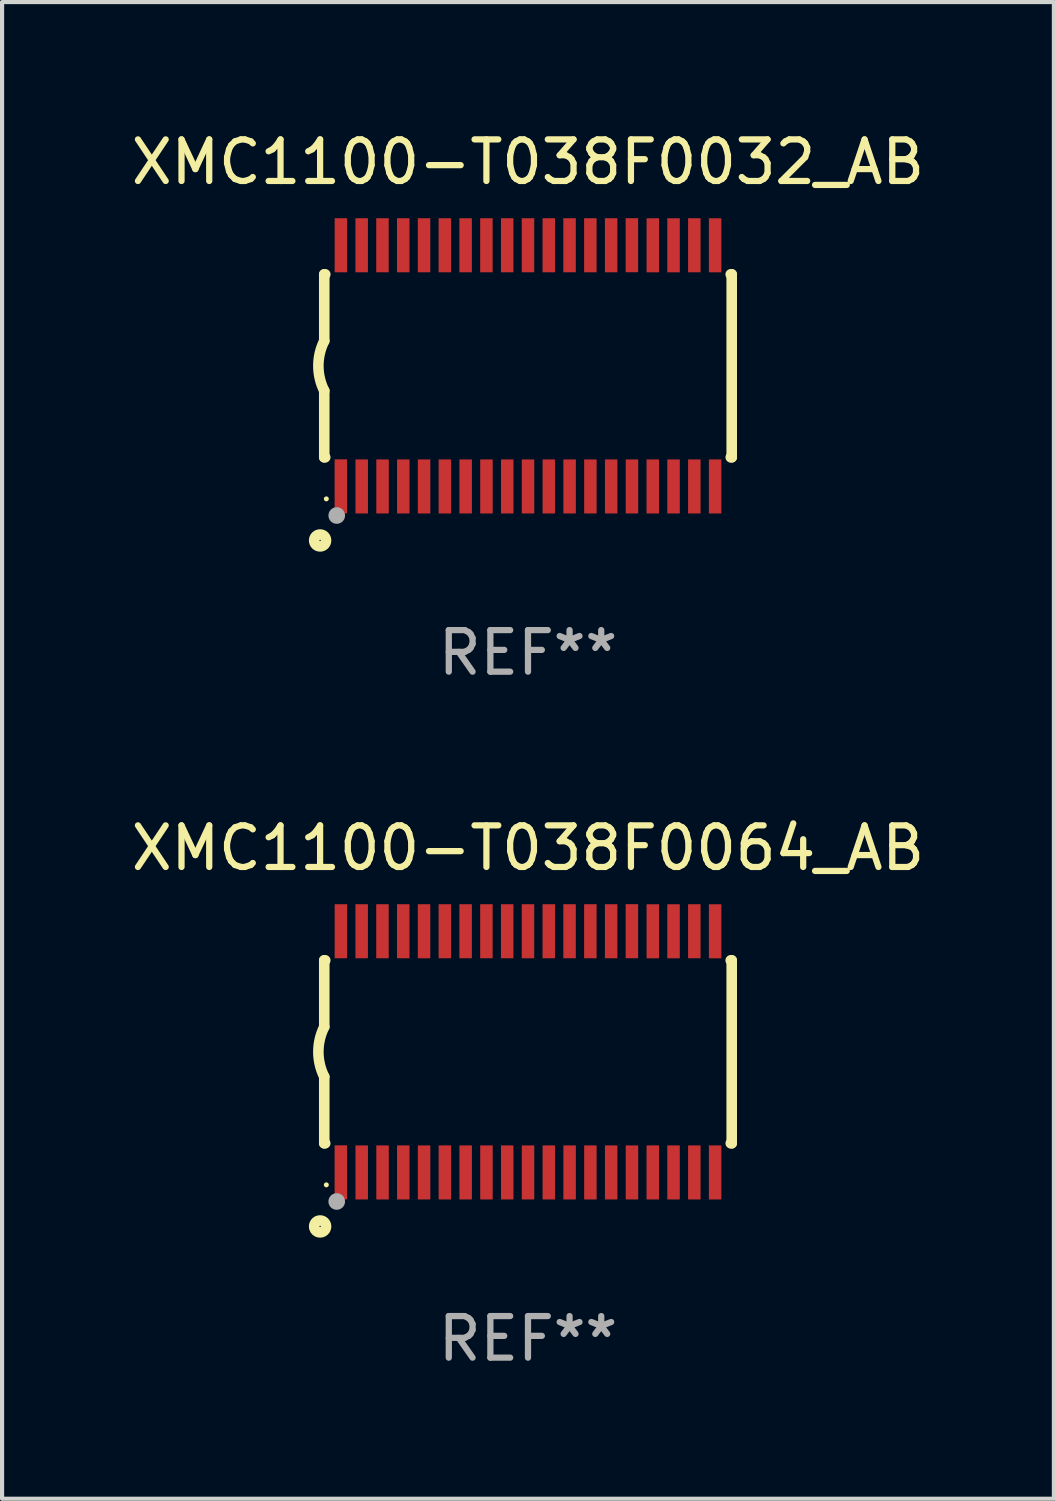
<source format=kicad_pcb>
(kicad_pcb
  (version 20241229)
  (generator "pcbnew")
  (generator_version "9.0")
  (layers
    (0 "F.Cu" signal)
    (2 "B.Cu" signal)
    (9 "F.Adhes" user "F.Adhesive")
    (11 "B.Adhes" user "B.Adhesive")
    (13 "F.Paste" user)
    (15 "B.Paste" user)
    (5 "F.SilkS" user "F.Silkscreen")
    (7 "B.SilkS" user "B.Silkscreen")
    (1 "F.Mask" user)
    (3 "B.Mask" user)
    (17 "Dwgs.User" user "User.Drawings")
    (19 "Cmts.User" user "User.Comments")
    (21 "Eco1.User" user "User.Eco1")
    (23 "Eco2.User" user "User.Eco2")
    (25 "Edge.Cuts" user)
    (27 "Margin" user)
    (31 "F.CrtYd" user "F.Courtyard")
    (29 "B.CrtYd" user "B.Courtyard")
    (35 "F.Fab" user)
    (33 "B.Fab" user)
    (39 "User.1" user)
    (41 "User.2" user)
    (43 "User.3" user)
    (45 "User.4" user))
  (footprint "XMC1100-T038F0064_AB"
    (layer "F.Cu")
    (at 9.649 22.248)
    (property "Reference" "XMC1100-T038F0064_AB" (at 0 -4.901 0) (layer "F.SilkS") (effects (font (size 1 1) (thickness 0.15))))
    (attr through_hole)
    (fp_line (start -4.9 -2.2) (end -4.9 -0.6) (stroke (width 0.254) (type solid)) (layer "F.SilkS"))
    (fp_line (start -4.9 -2.2) (end -4.876 -2.2) (stroke (width 0.254) (type solid)) (layer "F.SilkS"))
    (fp_line (start -4.9 2.2) (end -4.9 0.6) (stroke (width 0.254) (type solid)) (layer "F.SilkS"))
    (fp_line (start -4.9 2.2) (end -4.877 2.2) (stroke (width 0.254) (type solid)) (layer "F.SilkS"))
    (fp_line (start 4.876 -2.2) (end 4.9 -2.2) (stroke (width 0.254) (type solid)) (layer "F.SilkS"))
    (fp_line (start 4.877 2.2) (end 4.9 2.2) (stroke (width 0.254) (type solid)) (layer "F.SilkS"))
    (fp_line (start 4.9 -2.2) (end 4.9 2.2) (stroke (width 0.254) (type solid)) (layer "F.SilkS"))
    (fp_arc (start -4.900051 0.599822) (mid -5.041652 -0.000095) (end -4.9 -0.6) (stroke (width 0.254001) (type solid)) (layer "F.SilkS"))
    (fp_circle (center -5 4.2) (end -4.857 4.2) (stroke (width 0.254) (type solid)) (fill no) (layer "F.SilkS"))
    (fp_circle (center -4.85 3.2) (end -4.82 3.2) (stroke (width 0.06) (type solid)) (fill no) (layer "F.SilkS"))
    (fp_circle (center -4.6 3.6) (end -4.5 3.6) (stroke (width 0.2) (type solid)) (fill no) (layer "F.Fab"))
    (fp_text user "REF**" (at 0 6.901 0) (layer "F.Fab") (effects (font (size 1 1) (thickness 0.15))))
    (pad "1" smd rect (at -4.501 2.899 90) (size 1.3 0.3) (layers "F.Cu" "F.Mask" "F.Paste"))
    (pad "2" smd rect (at -3.999 2.901 90) (size 1.3 0.3) (layers "F.Cu" "F.Mask" "F.Paste"))
    (pad "3" smd rect (at -3.498 2.901 90) (size 1.3 0.3) (layers "F.Cu" "F.Mask" "F.Paste"))
    (pad "4" smd rect (at -2.999 2.901 90) (size 1.3 0.3) (layers "F.Cu" "F.Mask" "F.Paste"))
    (pad "5" smd rect (at -2.499 2.901 90) (size 1.3 0.3) (layers "F.Cu" "F.Mask" "F.Paste"))
    (pad "6" smd rect (at -1.999 2.901 90) (size 1.3 0.3) (layers "F.Cu" "F.Mask" "F.Paste"))
    (pad "7" smd rect (at -1.499 2.901 90) (size 1.3 0.3) (layers "F.Cu" "F.Mask" "F.Paste"))
    (pad "8" smd rect (at -0.999 2.901 90) (size 1.3 0.3) (layers "F.Cu" "F.Mask" "F.Paste"))
    (pad "9" smd rect (at -0.499 2.901 90) (size 1.3 0.3) (layers "F.Cu" "F.Mask" "F.Paste"))
    (pad "10" smd rect (at 0.001 2.901 90) (size 1.3 0.3) (layers "F.Cu" "F.Mask" "F.Paste"))
    (pad "11" smd rect (at 0.501 2.901 90) (size 1.3 0.3) (layers "F.Cu" "F.Mask" "F.Paste"))
    (pad "12" smd rect (at 1.001 2.901 90) (size 1.3 0.3) (layers "F.Cu" "F.Mask" "F.Paste"))
    (pad "13" smd rect (at 1.501 2.901 90) (size 1.3 0.3) (layers "F.Cu" "F.Mask" "F.Paste"))
    (pad "14" smd rect (at 2.001 2.901 90) (size 1.3 0.3) (layers "F.Cu" "F.Mask" "F.Paste"))
    (pad "15" smd rect (at 2.501 2.901 90) (size 1.3 0.3) (layers "F.Cu" "F.Mask" "F.Paste"))
    (pad "16" smd rect (at 3.001 2.901 90) (size 1.3 0.3) (layers "F.Cu" "F.Mask" "F.Paste"))
    (pad "17" smd rect (at 3.501 2.901 90) (size 1.3 0.3) (layers "F.Cu" "F.Mask" "F.Paste"))
    (pad "18" smd rect (at 4.001 2.901 90) (size 1.3 0.3) (layers "F.Cu" "F.Mask" "F.Paste"))
    (pad "19" smd rect (at 4.501 2.901 90) (size 1.3 0.3) (layers "F.Cu" "F.Mask" "F.Paste"))
    (pad "20" smd rect (at 4.501 -2.899 90) (size 1.3 0.3) (layers "F.Cu" "F.Mask" "F.Paste"))
    (pad "21" smd rect (at 4.001 -2.9 90) (size 1.3 0.3) (layers "F.Cu" "F.Mask" "F.Paste"))
    (pad "22" smd rect (at 3.501 -2.899 90) (size 1.3 0.3) (layers "F.Cu" "F.Mask" "F.Paste"))
    (pad "23" smd rect (at 3.002 -2.899 90) (size 1.3 0.3) (layers "F.Cu" "F.Mask" "F.Paste"))
    (pad "24" smd rect (at 2.499 -2.901 90) (size 1.3 0.3) (layers "F.Cu" "F.Mask" "F.Paste"))
    (pad "25" smd rect (at 2 -2.9 90) (size 1.3 0.3) (layers "F.Cu" "F.Mask" "F.Paste"))
    (pad "26" smd rect (at 1.5 -2.9 90) (size 1.3 0.3) (layers "F.Cu" "F.Mask" "F.Paste"))
    (pad "27" smd rect (at 1 -2.9 90) (size 1.3 0.3) (layers "F.Cu" "F.Mask" "F.Paste"))
    (pad "28" smd rect (at 0.5 -2.9 90) (size 1.3 0.3) (layers "F.Cu" "F.Mask" "F.Paste"))
    (pad "29" smd rect (at 0.000127 -2.9 90) (size 1.3 0.3) (layers "F.Cu" "F.Mask" "F.Paste"))
    (pad "30" smd rect (at -0.5 -2.9 90) (size 1.3 0.3) (layers "F.Cu" "F.Mask" "F.Paste"))
    (pad "31" smd rect (at -1 -2.9 90) (size 1.3 0.3) (layers "F.Cu" "F.Mask" "F.Paste"))
    (pad "32" smd rect (at -1.5 -2.9 90) (size 1.3 0.3) (layers "F.Cu" "F.Mask" "F.Paste"))
    (pad "33" smd rect (at -2 -2.9 90) (size 1.3 0.3) (layers "F.Cu" "F.Mask" "F.Paste"))
    (pad "34" smd rect (at -2.5 -2.9 90) (size 1.3 0.3) (layers "F.Cu" "F.Mask" "F.Paste"))
    (pad "35" smd rect (at -3 -2.9 90) (size 1.3 0.3) (layers "F.Cu" "F.Mask" "F.Paste"))
    (pad "36" smd rect (at -3.5 -2.9 90) (size 1.3 0.3) (layers "F.Cu" "F.Mask" "F.Paste"))
    (pad "37" smd rect (at -4 -2.9 90) (size 1.3 0.3) (layers "F.Cu" "F.Mask" "F.Paste"))
    (pad "38" smd rect (at -4.5 -2.9 90) (size 1.3 0.3) (layers "F.Cu" "F.Mask" "F.Paste")))
  (footprint "XMC1100-T038F0032_AB"
    (layer "F.Cu")
    (at 9.649 5.749)
    (property "Reference" "XMC1100-T038F0032_AB" (at 0 -4.901 0) (layer "F.SilkS") (effects (font (size 1 1) (thickness 0.15))))
    (attr through_hole)
    (fp_line (start -4.9 -2.2) (end -4.9 -0.6) (stroke (width 0.254) (type solid)) (layer "F.SilkS"))
    (fp_line (start -4.9 -2.2) (end -4.876 -2.2) (stroke (width 0.254) (type solid)) (layer "F.SilkS"))
    (fp_line (start -4.9 2.2) (end -4.9 0.6) (stroke (width 0.254) (type solid)) (layer "F.SilkS"))
    (fp_line (start -4.9 2.2) (end -4.877 2.2) (stroke (width 0.254) (type solid)) (layer "F.SilkS"))
    (fp_line (start 4.876 -2.2) (end 4.9 -2.2) (stroke (width 0.254) (type solid)) (layer "F.SilkS"))
    (fp_line (start 4.877 2.2) (end 4.9 2.2) (stroke (width 0.254) (type solid)) (layer "F.SilkS"))
    (fp_line (start 4.9 -2.2) (end 4.9 2.2) (stroke (width 0.254) (type solid)) (layer "F.SilkS"))
    (fp_arc (start -4.900051 0.599822) (mid -5.041652 -0.000095) (end -4.9 -0.6) (stroke (width 0.254001) (type solid)) (layer "F.SilkS"))
    (fp_circle (center -5 4.2) (end -4.857 4.2) (stroke (width 0.254) (type solid)) (fill no) (layer "F.SilkS"))
    (fp_circle (center -4.85 3.2) (end -4.82 3.2) (stroke (width 0.06) (type solid)) (fill no) (layer "F.SilkS"))
    (fp_circle (center -4.6 3.6) (end -4.5 3.6) (stroke (width 0.2) (type solid)) (fill no) (layer "F.Fab"))
    (fp_text user "REF**" (at 0 6.901 0) (layer "F.Fab") (effects (font (size 1 1) (thickness 0.15))))
    (pad "1" smd rect (at -4.501 2.899 90) (size 1.3 0.3) (layers "F.Cu" "F.Mask" "F.Paste"))
    (pad "2" smd rect (at -3.999 2.901 90) (size 1.3 0.3) (layers "F.Cu" "F.Mask" "F.Paste"))
    (pad "3" smd rect (at -3.498 2.901 90) (size 1.3 0.3) (layers "F.Cu" "F.Mask" "F.Paste"))
    (pad "4" smd rect (at -2.999 2.901 90) (size 1.3 0.3) (layers "F.Cu" "F.Mask" "F.Paste"))
    (pad "5" smd rect (at -2.499 2.901 90) (size 1.3 0.3) (layers "F.Cu" "F.Mask" "F.Paste"))
    (pad "6" smd rect (at -1.999 2.901 90) (size 1.3 0.3) (layers "F.Cu" "F.Mask" "F.Paste"))
    (pad "7" smd rect (at -1.499 2.901 90) (size 1.3 0.3) (layers "F.Cu" "F.Mask" "F.Paste"))
    (pad "8" smd rect (at -0.999 2.901 90) (size 1.3 0.3) (layers "F.Cu" "F.Mask" "F.Paste"))
    (pad "9" smd rect (at -0.499 2.901 90) (size 1.3 0.3) (layers "F.Cu" "F.Mask" "F.Paste"))
    (pad "10" smd rect (at 0.001 2.901 90) (size 1.3 0.3) (layers "F.Cu" "F.Mask" "F.Paste"))
    (pad "11" smd rect (at 0.501 2.901 90) (size 1.3 0.3) (layers "F.Cu" "F.Mask" "F.Paste"))
    (pad "12" smd rect (at 1.001 2.901 90) (size 1.3 0.3) (layers "F.Cu" "F.Mask" "F.Paste"))
    (pad "13" smd rect (at 1.501 2.901 90) (size 1.3 0.3) (layers "F.Cu" "F.Mask" "F.Paste"))
    (pad "14" smd rect (at 2.001 2.901 90) (size 1.3 0.3) (layers "F.Cu" "F.Mask" "F.Paste"))
    (pad "15" smd rect (at 2.501 2.901 90) (size 1.3 0.3) (layers "F.Cu" "F.Mask" "F.Paste"))
    (pad "16" smd rect (at 3.001 2.901 90) (size 1.3 0.3) (layers "F.Cu" "F.Mask" "F.Paste"))
    (pad "17" smd rect (at 3.501 2.901 90) (size 1.3 0.3) (layers "F.Cu" "F.Mask" "F.Paste"))
    (pad "18" smd rect (at 4.001 2.901 90) (size 1.3 0.3) (layers "F.Cu" "F.Mask" "F.Paste"))
    (pad "19" smd rect (at 4.501 2.901 90) (size 1.3 0.3) (layers "F.Cu" "F.Mask" "F.Paste"))
    (pad "20" smd rect (at 4.501 -2.899 90) (size 1.3 0.3) (layers "F.Cu" "F.Mask" "F.Paste"))
    (pad "21" smd rect (at 4.001 -2.9 90) (size 1.3 0.3) (layers "F.Cu" "F.Mask" "F.Paste"))
    (pad "22" smd rect (at 3.501 -2.899 90) (size 1.3 0.3) (layers "F.Cu" "F.Mask" "F.Paste"))
    (pad "23" smd rect (at 3.002 -2.899 90) (size 1.3 0.3) (layers "F.Cu" "F.Mask" "F.Paste"))
    (pad "24" smd rect (at 2.499 -2.901 90) (size 1.3 0.3) (layers "F.Cu" "F.Mask" "F.Paste"))
    (pad "25" smd rect (at 2 -2.9 90) (size 1.3 0.3) (layers "F.Cu" "F.Mask" "F.Paste"))
    (pad "26" smd rect (at 1.5 -2.9 90) (size 1.3 0.3) (layers "F.Cu" "F.Mask" "F.Paste"))
    (pad "27" smd rect (at 1 -2.9 90) (size 1.3 0.3) (layers "F.Cu" "F.Mask" "F.Paste"))
    (pad "28" smd rect (at 0.5 -2.9 90) (size 1.3 0.3) (layers "F.Cu" "F.Mask" "F.Paste"))
    (pad "29" smd rect (at 0.000127 -2.9 90) (size 1.3 0.3) (layers "F.Cu" "F.Mask" "F.Paste"))
    (pad "30" smd rect (at -0.5 -2.9 90) (size 1.3 0.3) (layers "F.Cu" "F.Mask" "F.Paste"))
    (pad "31" smd rect (at -1 -2.9 90) (size 1.3 0.3) (layers "F.Cu" "F.Mask" "F.Paste"))
    (pad "32" smd rect (at -1.5 -2.9 90) (size 1.3 0.3) (layers "F.Cu" "F.Mask" "F.Paste"))
    (pad "33" smd rect (at -2 -2.9 90) (size 1.3 0.3) (layers "F.Cu" "F.Mask" "F.Paste"))
    (pad "34" smd rect (at -2.5 -2.9 90) (size 1.3 0.3) (layers "F.Cu" "F.Mask" "F.Paste"))
    (pad "35" smd rect (at -3 -2.9 90) (size 1.3 0.3) (layers "F.Cu" "F.Mask" "F.Paste"))
    (pad "36" smd rect (at -3.5 -2.9 90) (size 1.3 0.3) (layers "F.Cu" "F.Mask" "F.Paste"))
    (pad "37" smd rect (at -4 -2.9 90) (size 1.3 0.3) (layers "F.Cu" "F.Mask" "F.Paste"))
    (pad "38" smd rect (at -4.5 -2.9 90) (size 1.3 0.3) (layers "F.Cu" "F.Mask" "F.Paste")))
  (gr_rect
    (start -3 -3)
    (end 22.298 32.997)
    (stroke (width 0.1) (type default))
    (fill no)
    (layer "Edge.Cuts")))
</source>
